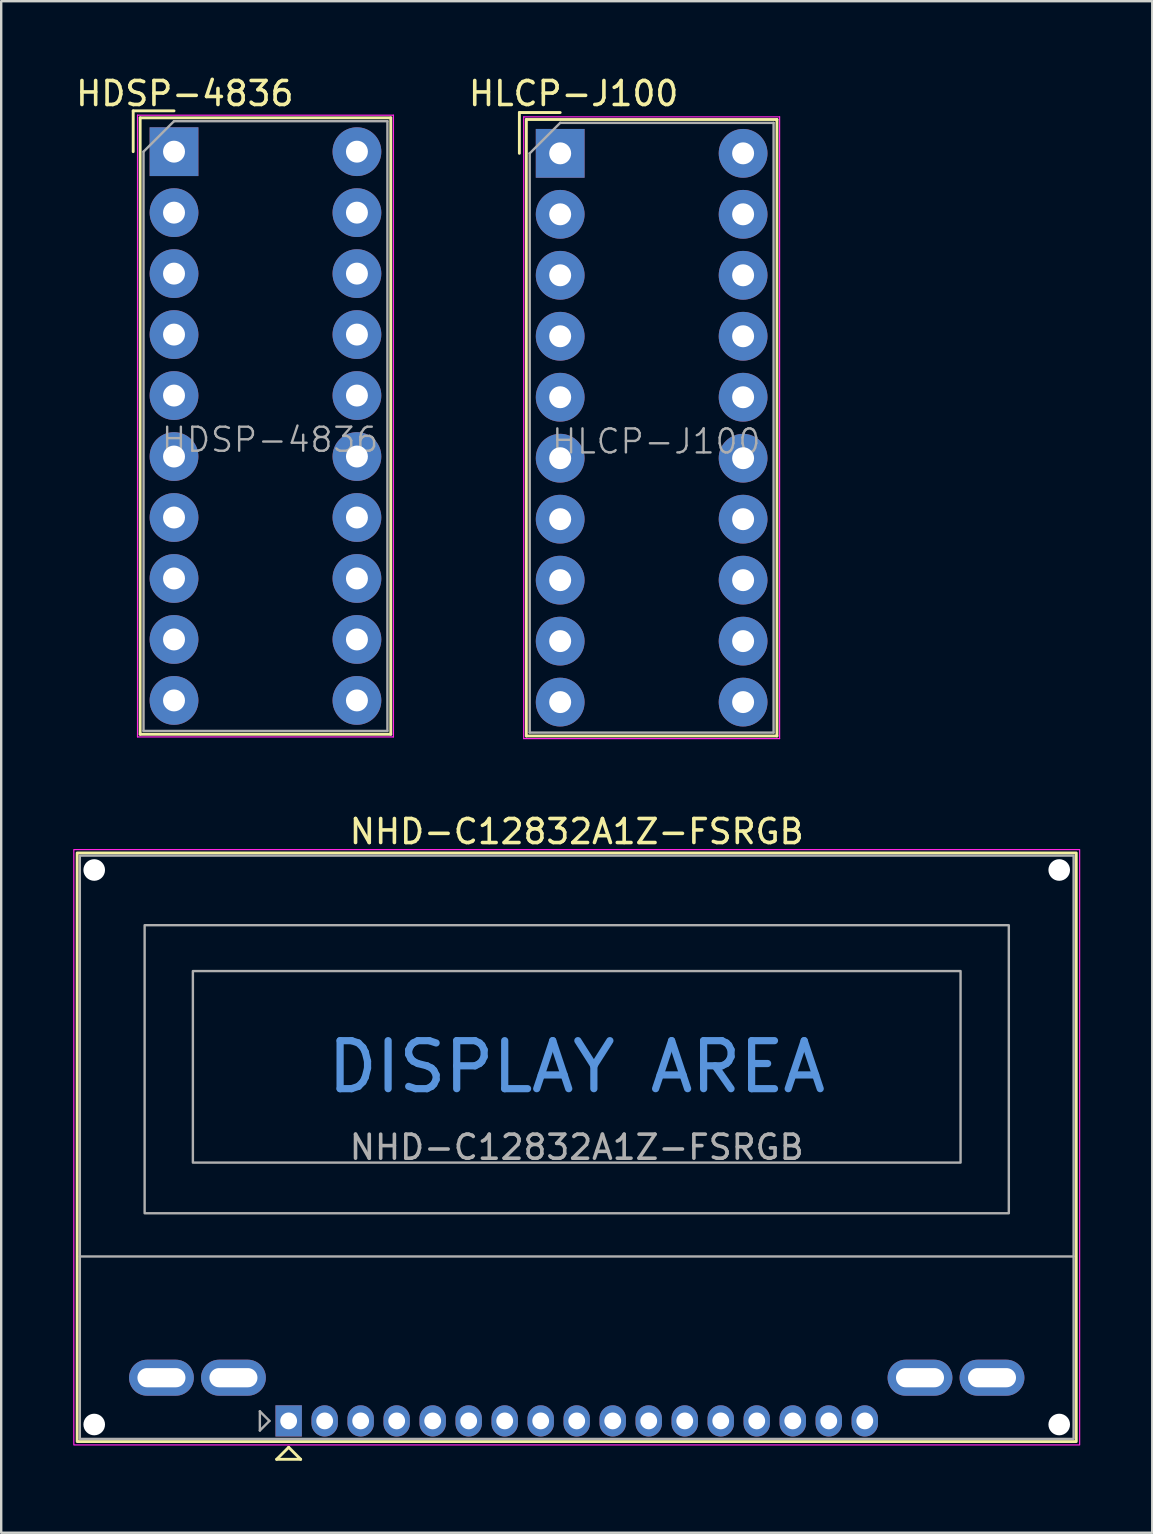
<source format=kicad_pcb>
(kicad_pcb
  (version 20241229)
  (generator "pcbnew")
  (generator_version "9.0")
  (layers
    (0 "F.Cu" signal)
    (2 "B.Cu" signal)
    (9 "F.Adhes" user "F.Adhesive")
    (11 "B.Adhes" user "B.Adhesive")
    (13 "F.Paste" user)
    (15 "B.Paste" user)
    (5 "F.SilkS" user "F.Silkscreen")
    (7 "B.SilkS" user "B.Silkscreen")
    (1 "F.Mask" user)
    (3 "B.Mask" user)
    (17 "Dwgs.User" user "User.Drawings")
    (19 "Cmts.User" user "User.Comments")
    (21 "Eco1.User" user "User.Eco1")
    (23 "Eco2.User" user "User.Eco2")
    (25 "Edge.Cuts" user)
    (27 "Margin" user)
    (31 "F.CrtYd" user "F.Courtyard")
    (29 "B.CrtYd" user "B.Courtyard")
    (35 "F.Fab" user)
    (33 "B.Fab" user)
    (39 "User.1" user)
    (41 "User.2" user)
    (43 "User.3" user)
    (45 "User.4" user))
  (footprint "NHD-C12832A1Z-FSRGB"
    (layer "F.Cu")
    (at 8.975 56.142)
    (property "Reference" "NHD-C12832A1Z-FSRGB" (at 12 -24.55 0) (unlocked yes) (layer "F.SilkS") (effects (font (size 1 1) (thickness 0.15))))
    (attr through_hole)
    (fp_line (start -0.5 1.6) (end 0 1.1) (stroke (width 0.12) (type solid)) (layer "F.SilkS"))
    (fp_line (start 0 1.1) (end 0.5 1.6) (stroke (width 0.12) (type solid)) (layer "F.SilkS"))
    (fp_line (start 0.5 1.6) (end -0.5 1.6) (stroke (width 0.12) (type solid)) (layer "F.SilkS"))
    (fp_rect (start -8.81 -23.66) (end 32.81 0.86) (stroke (width 0.12) (type solid)) (fill no) (layer "F.SilkS"))
    (fp_rect (start -8.95 -23.8) (end 32.95 1) (stroke (width 0.05) (type solid)) (fill no) (layer "F.CrtYd"))
    (fp_line (start -8.7 -6.85) (end 32.7 -6.85) (stroke (width 0.1) (type solid)) (layer "F.Fab"))
    (fp_line (start -1.2 -0.4) (end -1.2 0.4) (stroke (width 0.1) (type solid)) (layer "F.Fab"))
    (fp_line (start -1.2 0.4) (end -0.8 0) (stroke (width 0.1) (type solid)) (layer "F.Fab"))
    (fp_line (start -0.8 0) (end -1.2 -0.4) (stroke (width 0.1) (type solid)) (layer "F.Fab"))
    (fp_rect (start -8.7 -23.55) (end 32.7 0.75) (stroke (width 0.1) (type solid)) (fill no) (layer "F.Fab"))
    (fp_rect (start -6 -20.65) (end 30 -8.65) (stroke (width 0.1) (type solid)) (fill no) (layer "F.Fab"))
    (fp_rect (start -3.99 -18.74) (end 27.99 -10.76) (stroke (width 0.1) (type solid)) (fill no) (layer "F.Fab"))
    (fp_text user "DISPLAY AREA" (at 12 -14.75 0) (unlocked yes) (layer "Cmts.User") (effects (font (size 2 2) (thickness 0.3))))
    (fp_text user "${REFERENCE}" (at 12 -11.4 0) (unlocked yes) (layer "F.Fab") (effects (font (size 1 1) (thickness 0.15))))
    (pad "" np_thru_hole circle (at -8.1 -22.95) (size 0.9 0.9) (drill 0.9) (layers "*.Cu" "*.Mask"))
    (pad "" np_thru_hole circle (at -8.1 0.15) (size 0.9 0.9) (drill 0.9) (layers "*.Cu" "*.Mask"))
    (pad "" np_thru_hole circle (at 32.1 -22.95) (size 0.9 0.9) (drill 0.9) (layers "*.Cu" "*.Mask"))
    (pad "" np_thru_hole circle (at 32.1 0.15) (size 0.9 0.9) (drill 0.9) (layers "*.Cu" "*.Mask"))
    (pad "1" thru_hole rect (at 0 0) (size 1.1 1.3) (drill 0.7) (layers "*.Cu" "*.Mask"))
    (pad "2" thru_hole oval (at 1.5 0) (size 1.1 1.3) (drill 0.7) (layers "*.Cu" "*.Mask"))
    (pad "3" thru_hole oval (at 3 0) (size 1.1 1.3) (drill 0.7) (layers "*.Cu" "*.Mask"))
    (pad "4" thru_hole oval (at 4.5 0) (size 1.1 1.3) (drill 0.7) (layers "*.Cu" "*.Mask"))
    (pad "5" thru_hole oval (at 6 0) (size 1.1 1.3) (drill 0.7) (layers "*.Cu" "*.Mask"))
    (pad "6" thru_hole oval (at 7.5 0) (size 1.1 1.3) (drill 0.7) (layers "*.Cu" "*.Mask"))
    (pad "7" thru_hole oval (at 9 0) (size 1.1 1.3) (drill 0.7) (layers "*.Cu" "*.Mask"))
    (pad "8" thru_hole oval (at 10.5 0) (size 1.1 1.3) (drill 0.7) (layers "*.Cu" "*.Mask"))
    (pad "9" thru_hole oval (at 12 0) (size 1.1 1.3) (drill 0.7) (layers "*.Cu" "*.Mask"))
    (pad "10" thru_hole oval (at 13.5 0) (size 1.1 1.3) (drill 0.7) (layers "*.Cu" "*.Mask"))
    (pad "11" thru_hole oval (at 15 0) (size 1.1 1.3) (drill 0.7) (layers "*.Cu" "*.Mask"))
    (pad "12" thru_hole oval (at 16.5 0) (size 1.1 1.3) (drill 0.7) (layers "*.Cu" "*.Mask"))
    (pad "13" thru_hole oval (at 18 0) (size 1.1 1.3) (drill 0.7) (layers "*.Cu" "*.Mask"))
    (pad "14" thru_hole oval (at 19.5 0) (size 1.1 1.3) (drill 0.7) (layers "*.Cu" "*.Mask"))
    (pad "15" thru_hole oval (at 21 0) (size 1.1 1.3) (drill 0.7) (layers "*.Cu" "*.Mask"))
    (pad "16" thru_hole oval (at 22.5 0) (size 1.1 1.3) (drill 0.7) (layers "*.Cu" "*.Mask"))
    (pad "17" thru_hole oval (at 24 0) (size 1.1 1.3) (drill 0.7) (layers "*.Cu" "*.Mask"))
    (pad "18" thru_hole oval (at -5.3 -1.8) (size 2.7 1.5) (drill oval 2 0.8) (layers "*.Cu" "*.Mask"))
    (pad "19" thru_hole oval (at -2.3 -1.8) (size 2.7 1.5) (drill oval 2 0.8) (layers "*.Cu" "*.Mask"))
    (pad "20" thru_hole oval (at 26.3 -1.8) (size 2.7 1.5) (drill oval 2 0.8) (layers "*.Cu" "*.Mask"))
    (pad "21" thru_hole oval (at 29.3 -1.8) (size 2.7 1.5) (drill oval 2 0.8) (layers "*.Cu" "*.Mask")))
  (footprint "HDSP-4836"
    (layer "F.Cu")
    (at 4.199 3.268)
    (property "Reference" "HDSP-4836" (at 0.45 -2.42 0) (layer "F.SilkS") (effects (font (size 1 1) (thickness 0.15))))
    (attr through_hole)
    (fp_line (start -1.7 -1.7) (end -1.7 0) (stroke (width 0.12) (type solid)) (layer "F.SilkS"))
    (fp_line (start -1.41 -1.41) (end 9.03 -1.41) (stroke (width 0.12) (type solid)) (layer "F.SilkS"))
    (fp_line (start -1.41 24.27) (end -1.41 -1.41) (stroke (width 0.12) (type solid)) (layer "F.SilkS"))
    (fp_line (start 0 -1.7) (end -1.7 -1.7) (stroke (width 0.12) (type solid)) (layer "F.SilkS"))
    (fp_line (start 9.03 -1.41) (end 9.03 24.27) (stroke (width 0.12) (type solid)) (layer "F.SilkS"))
    (fp_line (start 9.03 24.27) (end -1.41 24.27) (stroke (width 0.12) (type solid)) (layer "F.SilkS"))
    (fp_line (start -1.52 -1.52) (end -1.52 24.38) (stroke (width 0.05) (type solid)) (layer "F.CrtYd"))
    (fp_line (start -1.52 -1.52) (end 9.14 -1.52) (stroke (width 0.05) (type solid)) (layer "F.CrtYd"))
    (fp_line (start -1.52 24.38) (end 9.14 24.38) (stroke (width 0.05) (type solid)) (layer "F.CrtYd"))
    (fp_line (start 9.14 24.38) (end 9.14 -1.52) (stroke (width 0.05) (type solid)) (layer "F.CrtYd"))
    (fp_line (start -1.27 0) (end -1.27 24.13) (stroke (width 0.1) (type solid)) (layer "F.Fab"))
    (fp_line (start -1.27 24.13) (end 8.89 24.13) (stroke (width 0.1) (type solid)) (layer "F.Fab"))
    (fp_line (start 0 -1.27) (end -1.27 0) (stroke (width 0.1) (type solid)) (layer "F.Fab"))
    (fp_line (start 0 -1.27) (end 8.89 -1.27) (stroke (width 0.1) (type solid)) (layer "F.Fab"))
    (fp_line (start 8.89 -1.27) (end 8.89 24.13) (stroke (width 0.1) (type solid)) (layer "F.Fab"))
    (fp_text user "${REFERENCE}" (at 4 12 0) (layer "F.Fab") (effects (font (size 1 1) (thickness 0.1))))
    (pad "1" thru_hole rect (at 0 0 270) (size 2.032 2.032) (drill 0.914) (layers "*.Cu" "*.Mask"))
    (pad "2" thru_hole circle (at 0 2.54 270) (size 2.032 2.032) (drill 0.914) (layers "*.Cu" "*.Mask"))
    (pad "3" thru_hole circle (at 0 5.08 270) (size 2.032 2.032) (drill 0.914) (layers "*.Cu" "*.Mask"))
    (pad "4" thru_hole circle (at 0 7.62 270) (size 2.032 2.032) (drill 0.914) (layers "*.Cu" "*.Mask"))
    (pad "5" thru_hole circle (at 0 10.16 270) (size 2.032 2.032) (drill 0.914) (layers "*.Cu" "*.Mask"))
    (pad "6" thru_hole circle (at 0 12.7 270) (size 2.032 2.032) (drill 0.914) (layers "*.Cu" "*.Mask"))
    (pad "7" thru_hole circle (at 0 15.24 270) (size 2.032 2.032) (drill 0.914) (layers "*.Cu" "*.Mask"))
    (pad "8" thru_hole circle (at 0 17.78 270) (size 2.032 2.032) (drill 0.914) (layers "*.Cu" "*.Mask"))
    (pad "9" thru_hole circle (at 0 20.32 270) (size 2.032 2.032) (drill 0.914) (layers "*.Cu" "*.Mask"))
    (pad "10" thru_hole circle (at 0 22.86 270) (size 2.032 2.032) (drill 0.914) (layers "*.Cu" "*.Mask"))
    (pad "11" thru_hole circle (at 7.62 22.86 270) (size 2.032 2.032) (drill 0.914) (layers "*.Cu" "*.Mask"))
    (pad "12" thru_hole circle (at 7.62 20.32 270) (size 2.032 2.032) (drill 0.914) (layers "*.Cu" "*.Mask"))
    (pad "13" thru_hole circle (at 7.62 17.78 270) (size 2.032 2.032) (drill 0.914) (layers "*.Cu" "*.Mask"))
    (pad "14" thru_hole circle (at 7.62 15.24 270) (size 2.032 2.032) (drill 0.914) (layers "*.Cu" "*.Mask"))
    (pad "15" thru_hole circle (at 7.62 12.7 270) (size 2.032 2.032) (drill 0.914) (layers "*.Cu" "*.Mask"))
    (pad "16" thru_hole circle (at 7.62 10.16 270) (size 2.032 2.032) (drill 0.914) (layers "*.Cu" "*.Mask"))
    (pad "17" thru_hole circle (at 7.62 7.62 270) (size 2.032 2.032) (drill 0.914) (layers "*.Cu" "*.Mask"))
    (pad "18" thru_hole circle (at 7.62 5.08 270) (size 2.032 2.032) (drill 0.914) (layers "*.Cu" "*.Mask"))
    (pad "19" thru_hole circle (at 7.62 2.54 270) (size 2.032 2.032) (drill 0.914) (layers "*.Cu" "*.Mask"))
    (pad "20" thru_hole circle (at 7.62 0 270) (size 2.032 2.032) (drill 0.914) (layers "*.Cu" "*.Mask")))
  (footprint "HLCP-J100"
    (layer "F.Cu")
    (at 20.286 3.338)
    (property "Reference" "HLCP-J100" (at 0.56 -2.49 0) (layer "F.SilkS") (effects (font (size 1 1) (thickness 0.15))))
    (attr through_hole)
    (fp_line (start -1.7 -1.7) (end -1.7 0) (stroke (width 0.12) (type solid)) (layer "F.SilkS"))
    (fp_line (start -1.41 -1.41) (end 9.03 -1.41) (stroke (width 0.12) (type solid)) (layer "F.SilkS"))
    (fp_line (start -1.41 24.27) (end -1.41 -1.41) (stroke (width 0.12) (type solid)) (layer "F.SilkS"))
    (fp_line (start 0 -1.7) (end -1.7 -1.7) (stroke (width 0.12) (type solid)) (layer "F.SilkS"))
    (fp_line (start 9.03 -1.41) (end 9.03 24.27) (stroke (width 0.12) (type solid)) (layer "F.SilkS"))
    (fp_line (start 9.03 24.27) (end -1.41 24.27) (stroke (width 0.12) (type solid)) (layer "F.SilkS"))
    (fp_line (start -1.52 -1.52) (end -1.52 24.38) (stroke (width 0.05) (type solid)) (layer "F.CrtYd"))
    (fp_line (start -1.52 -1.52) (end 9.14 -1.52) (stroke (width 0.05) (type solid)) (layer "F.CrtYd"))
    (fp_line (start -1.52 24.38) (end 9.14 24.38) (stroke (width 0.05) (type solid)) (layer "F.CrtYd"))
    (fp_line (start 9.14 24.38) (end 9.14 -1.52) (stroke (width 0.05) (type solid)) (layer "F.CrtYd"))
    (fp_line (start -1.27 0) (end -1.27 24.13) (stroke (width 0.1) (type solid)) (layer "F.Fab"))
    (fp_line (start -1.27 24.13) (end 8.89 24.13) (stroke (width 0.1) (type solid)) (layer "F.Fab"))
    (fp_line (start 0 -1.27) (end -1.27 0) (stroke (width 0.1) (type solid)) (layer "F.Fab"))
    (fp_line (start 0 -1.27) (end 8.89 -1.27) (stroke (width 0.1) (type solid)) (layer "F.Fab"))
    (fp_line (start 8.89 -1.27) (end 8.89 24.13) (stroke (width 0.1) (type solid)) (layer "F.Fab"))
    (fp_text user "${REFERENCE}" (at 4 12 0) (layer "F.Fab") (effects (font (size 1 1) (thickness 0.1))))
    (pad "1" thru_hole rect (at 0 0 270) (size 2.032 2.032) (drill 0.914) (layers "*.Cu" "*.Mask"))
    (pad "2" thru_hole circle (at 0 2.54 270) (size 2.032 2.032) (drill 0.914) (layers "*.Cu" "*.Mask"))
    (pad "3" thru_hole circle (at 0 5.08 270) (size 2.032 2.032) (drill 0.914) (layers "*.Cu" "*.Mask"))
    (pad "4" thru_hole circle (at 0 7.62 270) (size 2.032 2.032) (drill 0.914) (layers "*.Cu" "*.Mask"))
    (pad "5" thru_hole circle (at 0 10.16 270) (size 2.032 2.032) (drill 0.914) (layers "*.Cu" "*.Mask"))
    (pad "6" thru_hole circle (at 0 12.7 270) (size 2.032 2.032) (drill 0.914) (layers "*.Cu" "*.Mask"))
    (pad "7" thru_hole circle (at 0 15.24 270) (size 2.032 2.032) (drill 0.914) (layers "*.Cu" "*.Mask"))
    (pad "8" thru_hole circle (at 0 17.78 270) (size 2.032 2.032) (drill 0.914) (layers "*.Cu" "*.Mask"))
    (pad "9" thru_hole circle (at 0 20.32 270) (size 2.032 2.032) (drill 0.914) (layers "*.Cu" "*.Mask"))
    (pad "10" thru_hole circle (at 0 22.86 270) (size 2.032 2.032) (drill 0.914) (layers "*.Cu" "*.Mask"))
    (pad "11" thru_hole circle (at 7.62 22.86 270) (size 2.032 2.032) (drill 0.914) (layers "*.Cu" "*.Mask"))
    (pad "12" thru_hole circle (at 7.62 20.32 270) (size 2.032 2.032) (drill 0.914) (layers "*.Cu" "*.Mask"))
    (pad "13" thru_hole circle (at 7.62 17.78 270) (size 2.032 2.032) (drill 0.914) (layers "*.Cu" "*.Mask"))
    (pad "14" thru_hole circle (at 7.62 15.24 270) (size 2.032 2.032) (drill 0.914) (layers "*.Cu" "*.Mask"))
    (pad "15" thru_hole circle (at 7.62 12.7 270) (size 2.032 2.032) (drill 0.914) (layers "*.Cu" "*.Mask"))
    (pad "16" thru_hole circle (at 7.62 10.16 270) (size 2.032 2.032) (drill 0.914) (layers "*.Cu" "*.Mask"))
    (pad "17" thru_hole circle (at 7.62 7.62 270) (size 2.032 2.032) (drill 0.914) (layers "*.Cu" "*.Mask"))
    (pad "18" thru_hole circle (at 7.62 5.08 270) (size 2.032 2.032) (drill 0.914) (layers "*.Cu" "*.Mask"))
    (pad "19" thru_hole circle (at 7.62 2.54 270) (size 2.032 2.032) (drill 0.914) (layers "*.Cu" "*.Mask"))
    (pad "20" thru_hole circle (at 7.62 0 270) (size 2.032 2.032) (drill 0.914) (layers "*.Cu" "*.Mask")))
  (gr_rect
    (start -3 -3)
    (end 44.95 60.801)
    (stroke (width 0.1) (type default))
    (fill no)
    (layer "Edge.Cuts")))
</source>
